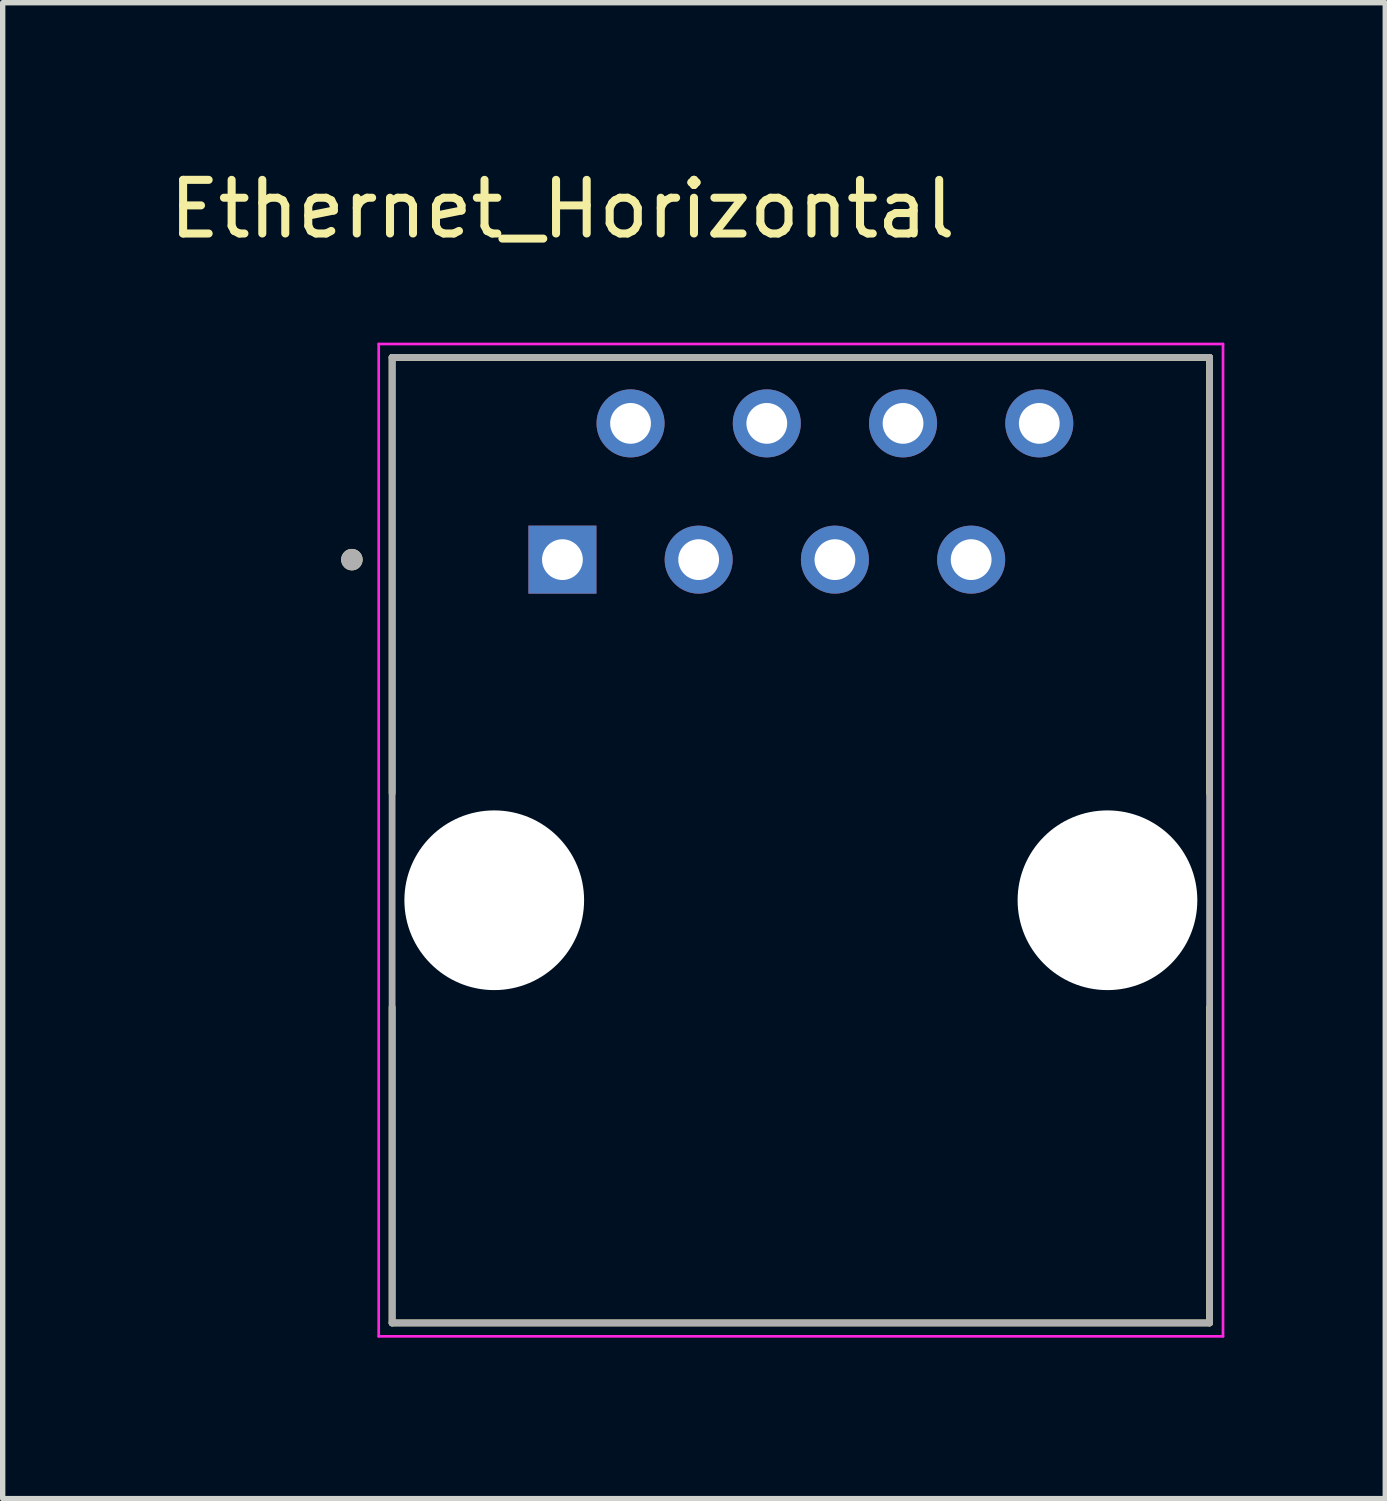
<source format=kicad_pcb>
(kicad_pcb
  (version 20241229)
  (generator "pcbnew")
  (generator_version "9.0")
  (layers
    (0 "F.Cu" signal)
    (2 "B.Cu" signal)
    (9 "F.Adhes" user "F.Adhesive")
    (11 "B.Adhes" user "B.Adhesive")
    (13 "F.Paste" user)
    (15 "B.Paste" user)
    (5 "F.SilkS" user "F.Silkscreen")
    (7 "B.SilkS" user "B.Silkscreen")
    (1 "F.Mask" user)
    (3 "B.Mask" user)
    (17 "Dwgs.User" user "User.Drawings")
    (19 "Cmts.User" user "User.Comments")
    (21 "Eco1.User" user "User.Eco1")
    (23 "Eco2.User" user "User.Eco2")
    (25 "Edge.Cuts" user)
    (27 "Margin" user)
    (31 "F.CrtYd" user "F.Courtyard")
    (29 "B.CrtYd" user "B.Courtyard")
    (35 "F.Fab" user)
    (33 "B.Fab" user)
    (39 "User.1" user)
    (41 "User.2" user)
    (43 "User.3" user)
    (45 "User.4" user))
  (footprint "Ethernet_Horizontal"
    (layer "F.Cu")
    (at 11.88 13.733)
    (property "Reference" "Ethernet_Horizontal" (at -4.445 -12.885 0) (layer "F.SilkS") (effects (font (size 1 1) (thickness 0.15))))
    (attr through_hole)
    (fp_line (start -7.62 -10.12) (end -7.62 -1.995) (stroke (width 0.127) (type solid)) (layer "F.SilkS"))
    (fp_line (start -7.62 7.88) (end -7.62 1.995) (stroke (width 0.127) (type solid)) (layer "F.SilkS"))
    (fp_line (start -7.62 7.88) (end 7.62 7.88) (stroke (width 0.127) (type solid)) (layer "F.SilkS"))
    (fp_line (start 7.62 -10.12) (end -7.62 -10.12) (stroke (width 0.127) (type solid)) (layer "F.SilkS"))
    (fp_line (start 7.62 -1.995) (end 7.62 -10.12) (stroke (width 0.127) (type solid)) (layer "F.SilkS"))
    (fp_line (start 7.62 7.88) (end 7.62 1.995) (stroke (width 0.127) (type solid)) (layer "F.SilkS"))
    (fp_circle (center -8.37 -6.35) (end -8.27 -6.35) (stroke (width 0.2) (type solid)) (fill no) (layer "F.SilkS"))
    (fp_line (start -7.87 -10.37) (end -7.87 8.13) (stroke (width 0.05) (type solid)) (layer "F.CrtYd"))
    (fp_line (start -7.87 8.13) (end 7.87 8.13) (stroke (width 0.05) (type solid)) (layer "F.CrtYd"))
    (fp_line (start 7.87 -10.37) (end -7.87 -10.37) (stroke (width 0.05) (type solid)) (layer "F.CrtYd"))
    (fp_line (start 7.87 8.13) (end 7.87 -10.37) (stroke (width 0.05) (type solid)) (layer "F.CrtYd"))
    (fp_line (start -7.62 -10.12) (end -7.62 7.88) (stroke (width 0.127) (type solid)) (layer "F.Fab"))
    (fp_line (start -7.62 7.88) (end 7.62 7.88) (stroke (width 0.127) (type solid)) (layer "F.Fab"))
    (fp_line (start 7.62 -10.12) (end -7.62 -10.12) (stroke (width 0.127) (type solid)) (layer "F.Fab"))
    (fp_line (start 7.62 7.88) (end 7.62 -10.12) (stroke (width 0.127) (type solid)) (layer "F.Fab"))
    (fp_circle (center -8.37 -6.35) (end -8.27 -6.35) (stroke (width 0.2) (type solid)) (fill no) (layer "F.Fab"))
    (pad "" np_thru_hole circle (at -5.716 0) (size 3.35 3.35) (drill 3.35) (layers "*.Cu" "*.Mask"))
    (pad "" np_thru_hole circle (at 5.716 0) (size 3.35 3.35) (drill 3.35) (layers "*.Cu" "*.Mask"))
    (pad "1" thru_hole rect (at -4.445 -6.35) (size 1.268 1.268) (drill 0.76) (layers "*.Cu" "*.Mask"))
    (pad "2" thru_hole circle (at -3.175 -8.89) (size 1.268 1.268) (drill 0.76) (layers "*.Cu" "*.Mask"))
    (pad "3" thru_hole circle (at -1.905 -6.35) (size 1.268 1.268) (drill 0.76) (layers "*.Cu" "*.Mask"))
    (pad "4" thru_hole circle (at -0.635 -8.89) (size 1.268 1.268) (drill 0.76) (layers "*.Cu" "*.Mask"))
    (pad "5" thru_hole circle (at 0.635 -6.35) (size 1.268 1.268) (drill 0.76) (layers "*.Cu" "*.Mask"))
    (pad "6" thru_hole circle (at 1.905 -8.89) (size 1.268 1.268) (drill 0.76) (layers "*.Cu" "*.Mask"))
    (pad "7" thru_hole circle (at 3.175 -6.35) (size 1.268 1.268) (drill 0.76) (layers "*.Cu" "*.Mask"))
    (pad "8" thru_hole circle (at 4.445 -8.89) (size 1.268 1.268) (drill 0.76) (layers "*.Cu" "*.Mask")))
  (gr_rect
    (start -3 -3)
    (end 22.775 24.888)
    (stroke (width 0.1) (type default))
    (fill no)
    (layer "Edge.Cuts")))
</source>
